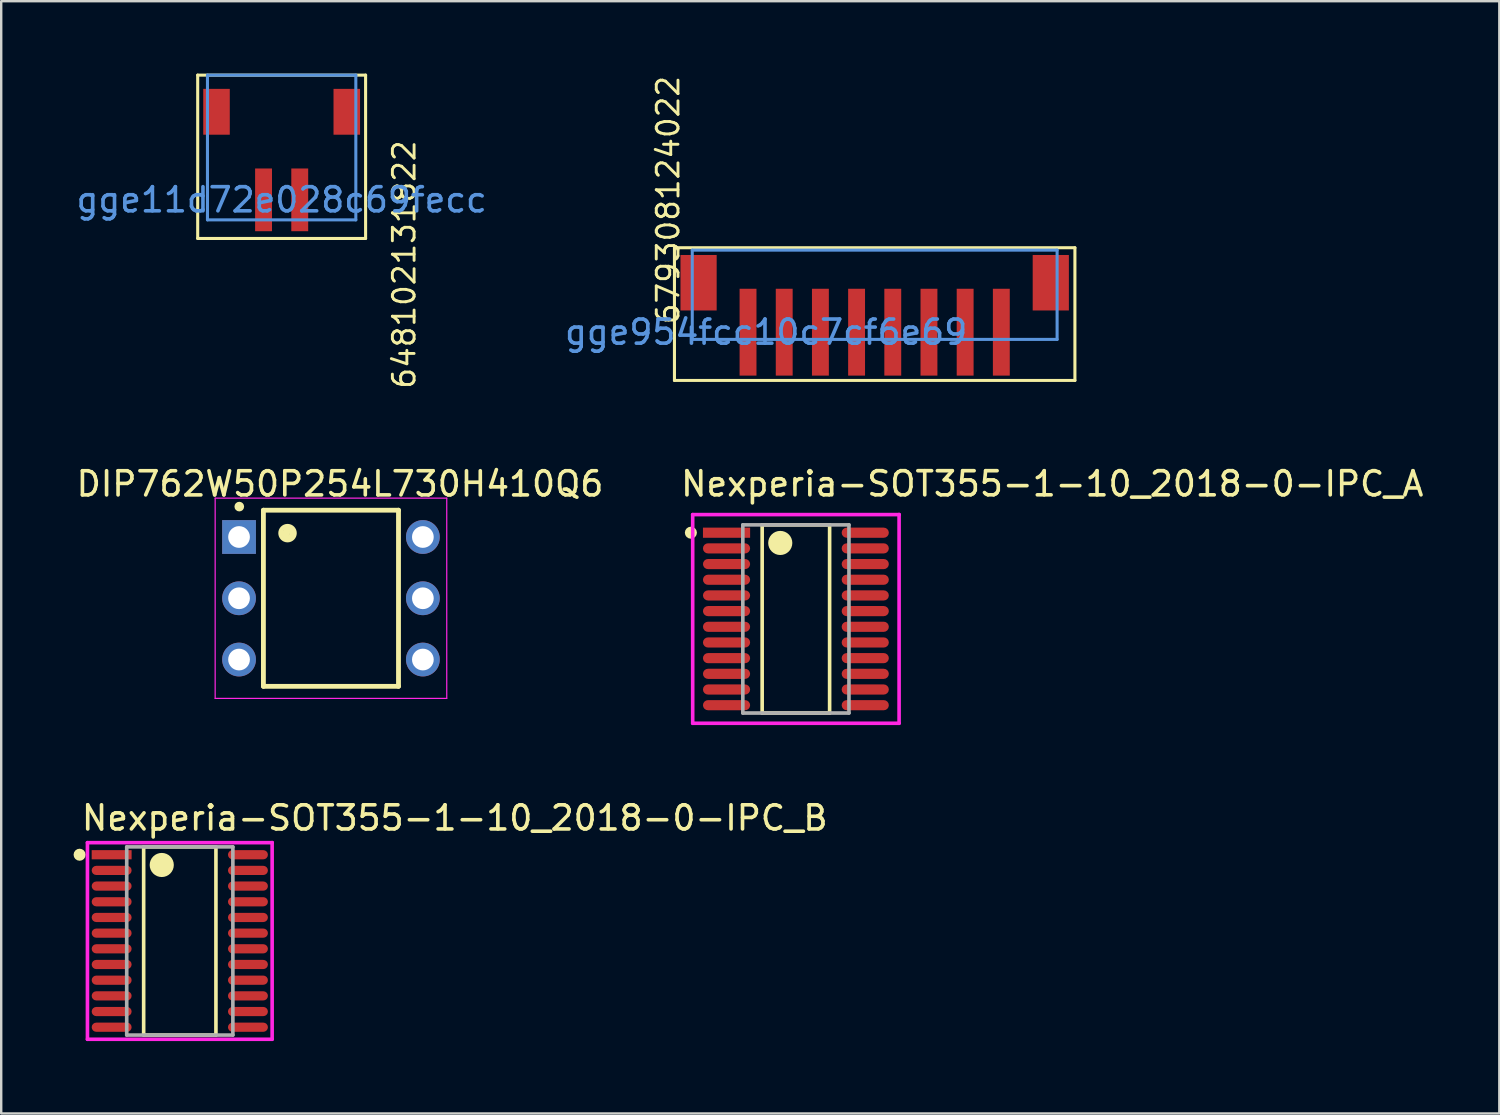
<source format=kicad_pcb>
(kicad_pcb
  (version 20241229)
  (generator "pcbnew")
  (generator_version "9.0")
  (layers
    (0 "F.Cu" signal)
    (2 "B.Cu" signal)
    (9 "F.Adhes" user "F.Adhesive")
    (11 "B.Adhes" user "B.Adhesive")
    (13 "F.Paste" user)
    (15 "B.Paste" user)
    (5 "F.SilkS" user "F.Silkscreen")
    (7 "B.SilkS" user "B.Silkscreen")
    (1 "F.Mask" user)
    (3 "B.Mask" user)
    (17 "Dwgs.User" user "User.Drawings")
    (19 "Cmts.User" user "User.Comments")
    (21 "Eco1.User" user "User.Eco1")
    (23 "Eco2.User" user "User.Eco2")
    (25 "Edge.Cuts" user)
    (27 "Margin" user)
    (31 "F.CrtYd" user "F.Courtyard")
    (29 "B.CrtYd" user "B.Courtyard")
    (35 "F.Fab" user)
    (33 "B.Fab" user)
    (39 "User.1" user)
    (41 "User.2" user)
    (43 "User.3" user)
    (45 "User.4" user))
  (footprint "Nexperia-SOT355-1-10_2018-0-IPC_B"
    (layer "F.Cu")
    (at 4.403 35.956)
    (property "Reference" "Nexperia-SOT355-1-10_2018-0-IPC_B" (at -4.153 -5.1 0) (layer "F.SilkS") (effects (font (size 1 1) (thickness 0.15)) (justify left)))
    (attr through_hole)
    (fp_line (start -1.498 -3.9) (end 1.498 -3.9) (stroke (width 0.15) (type solid)) (layer "F.SilkS"))
    (fp_line (start -1.498 3.9) (end -1.498 -3.9) (stroke (width 0.15) (type solid)) (layer "F.SilkS"))
    (fp_line (start 1.498 -3.9) (end 1.498 3.9) (stroke (width 0.15) (type solid)) (layer "F.SilkS"))
    (fp_line (start 1.498 3.9) (end -1.498 3.9) (stroke (width 0.15) (type solid)) (layer "F.SilkS"))
    (fp_circle (center -4.153 -3.575) (end -4.028 -3.575) (stroke (width 0.25) (type solid)) (fill no) (layer "F.SilkS"))
    (fp_circle (center -0.748 -3.15) (end -0.498 -3.15) (stroke (width 0.5) (type solid)) (fill no) (layer "F.SilkS"))
    (fp_line (start -3.828 -4.075) (end -3.828 4.075) (stroke (width 0.15) (type solid)) (layer "F.CrtYd"))
    (fp_line (start -3.828 4.075) (end 3.828 4.075) (stroke (width 0.15) (type solid)) (layer "F.CrtYd"))
    (fp_line (start 3.828 -4.075) (end -3.828 -4.075) (stroke (width 0.15) (type solid)) (layer "F.CrtYd"))
    (fp_line (start 3.828 -4.075) (end 3.828 -4.075) (stroke (width 0.15) (type solid)) (layer "F.CrtYd"))
    (fp_line (start 3.828 4.075) (end 3.828 -4.075) (stroke (width 0.15) (type solid)) (layer "F.CrtYd"))
    (fp_line (start -2.2 -3.9) (end 2.2 -3.9) (stroke (width 0.15) (type solid)) (layer "F.Fab"))
    (fp_line (start -2.2 3.9) (end -2.2 -3.9) (stroke (width 0.15) (type solid)) (layer "F.Fab"))
    (fp_line (start 2.2 -3.9) (end 2.2 3.9) (stroke (width 0.15) (type solid)) (layer "F.Fab"))
    (fp_line (start 2.2 3.9) (end -2.2 3.9) (stroke (width 0.15) (type solid)) (layer "F.Fab"))
    (pad "1" smd rect (at -2.825 -3.575) (size 1.655 0.381) (layers "F.Cu" "F.Mask" "F.Paste"))
    (pad "2" smd roundrect (at -2.825 -2.925) (size 1.655 0.381) (layers "F.Cu" "F.Mask" "F.Paste") (roundrect_rratio 0.5))
    (pad "3" smd roundrect (at -2.825 -2.275) (size 1.655 0.381) (layers "F.Cu" "F.Mask" "F.Paste") (roundrect_rratio 0.5))
    (pad "4" smd roundrect (at -2.825 -1.625) (size 1.655 0.381) (layers "F.Cu" "F.Mask" "F.Paste") (roundrect_rratio 0.5))
    (pad "5" smd roundrect (at -2.825 -0.975) (size 1.655 0.381) (layers "F.Cu" "F.Mask" "F.Paste") (roundrect_rratio 0.5))
    (pad "6" smd roundrect (at -2.825 -0.325) (size 1.655 0.381) (layers "F.Cu" "F.Mask" "F.Paste") (roundrect_rratio 0.5))
    (pad "7" smd roundrect (at -2.825 0.325) (size 1.655 0.381) (layers "F.Cu" "F.Mask" "F.Paste") (roundrect_rratio 0.5))
    (pad "8" smd roundrect (at -2.825 0.975) (size 1.655 0.381) (layers "F.Cu" "F.Mask" "F.Paste") (roundrect_rratio 0.5))
    (pad "9" smd roundrect (at -2.825 1.625) (size 1.655 0.381) (layers "F.Cu" "F.Mask" "F.Paste") (roundrect_rratio 0.5))
    (pad "10" smd roundrect (at -2.825 2.275) (size 1.655 0.381) (layers "F.Cu" "F.Mask" "F.Paste") (roundrect_rratio 0.5))
    (pad "11" smd roundrect (at -2.825 2.925) (size 1.655 0.381) (layers "F.Cu" "F.Mask" "F.Paste") (roundrect_rratio 0.5))
    (pad "12" smd roundrect (at -2.825 3.575) (size 1.655 0.381) (layers "F.Cu" "F.Mask" "F.Paste") (roundrect_rratio 0.5))
    (pad "13" smd roundrect (at 2.825 3.575) (size 1.655 0.381) (layers "F.Cu" "F.Mask" "F.Paste") (roundrect_rratio 0.5))
    (pad "14" smd roundrect (at 2.825 2.925) (size 1.655 0.381) (layers "F.Cu" "F.Mask" "F.Paste") (roundrect_rratio 0.5))
    (pad "15" smd roundrect (at 2.825 2.275) (size 1.655 0.381) (layers "F.Cu" "F.Mask" "F.Paste") (roundrect_rratio 0.5))
    (pad "16" smd roundrect (at 2.825 1.625) (size 1.655 0.381) (layers "F.Cu" "F.Mask" "F.Paste") (roundrect_rratio 0.5))
    (pad "17" smd roundrect (at 2.825 0.975) (size 1.655 0.381) (layers "F.Cu" "F.Mask" "F.Paste") (roundrect_rratio 0.5))
    (pad "18" smd roundrect (at 2.825 0.325) (size 1.655 0.381) (layers "F.Cu" "F.Mask" "F.Paste") (roundrect_rratio 0.5))
    (pad "19" smd roundrect (at 2.825 -0.325) (size 1.655 0.381) (layers "F.Cu" "F.Mask" "F.Paste") (roundrect_rratio 0.5))
    (pad "20" smd roundrect (at 2.825 -0.975) (size 1.655 0.381) (layers "F.Cu" "F.Mask" "F.Paste") (roundrect_rratio 0.5))
    (pad "21" smd roundrect (at 2.825 -1.625) (size 1.655 0.381) (layers "F.Cu" "F.Mask" "F.Paste") (roundrect_rratio 0.5))
    (pad "22" smd roundrect (at 2.825 -2.275) (size 1.655 0.381) (layers "F.Cu" "F.Mask" "F.Paste") (roundrect_rratio 0.5))
    (pad "23" smd roundrect (at 2.825 -2.925) (size 1.655 0.381) (layers "F.Cu" "F.Mask" "F.Paste") (roundrect_rratio 0.5))
    (pad "24" smd roundrect (at 2.825 -3.575) (size 1.655 0.381) (layers "F.Cu" "F.Mask" "F.Paste") (roundrect_rratio 0.5)))
  (footprint "679308124022"
    (layer "F.Cu")
    (at 28.708 10.72)
    (property "Reference" "679308124022" (at -4.064 -0.254 90) (layer "F.SilkS") (effects (font (size 0.9 0.9) (thickness 0.12)) (justify left)))
    (attr smd)
    (fp_line (start -3.8 -3.5) (end -3.8 2) (stroke (width 0.127) (type solid)) (layer "F.SilkS"))
    (fp_line (start -3.8 2) (end 12.8 2) (stroke (width 0.127) (type solid)) (layer "F.SilkS"))
    (fp_line (start 12.8 -3.5) (end -3.8 -3.5) (stroke (width 0.127) (type solid)) (layer "F.SilkS"))
    (fp_line (start 12.8 2) (end 12.8 -3.5) (stroke (width 0.127) (type solid)) (layer "F.SilkS"))
    (fp_line (start -3.062 -3.4) (end -3.062 0.3) (stroke (width 0.127) (type solid)) (layer "Cmts.User"))
    (fp_line (start -3.062 0.3) (end 12.062 0.3) (stroke (width 0.127) (type solid)) (layer "Cmts.User"))
    (fp_line (start 12.062 -3.4) (end -3.062 -3.4) (stroke (width 0.127) (type solid)) (layer "Cmts.User"))
    (fp_line (start 12.062 0.3) (end 12.062 -3.4) (stroke (width 0.127) (type solid)) (layer "Cmts.User"))
    (fp_text user "gge954fcc10c7cf6e69" (at 0 0 0) (layer "Cmts.User") (effects (font (size 1 1) (thickness 0.15))))
    (pad "1" smd rect (at -0.75 0) (size 0.7 3.6) (layers "F.Cu" "F.Mask" "F.Paste"))
    (pad "2" smd rect (at 0.75 0) (size 0.7 3.6) (layers "F.Cu" "F.Mask" "F.Paste"))
    (pad "3" smd rect (at 2.25 0) (size 0.7 3.6) (layers "F.Cu" "F.Mask" "F.Paste"))
    (pad "4" smd rect (at 3.75 0) (size 0.7 3.6) (layers "F.Cu" "F.Mask" "F.Paste"))
    (pad "5" smd rect (at 5.25 0) (size 0.7 3.6) (layers "F.Cu" "F.Mask" "F.Paste"))
    (pad "6" smd rect (at 6.75 0) (size 0.7 3.6) (layers "F.Cu" "F.Mask" "F.Paste"))
    (pad "7" smd rect (at 8.25 0) (size 0.7 3.6) (layers "F.Cu" "F.Mask" "F.Paste"))
    (pad "8" smd rect (at 9.75 0) (size 0.7 3.6) (layers "F.Cu" "F.Mask" "F.Paste"))
    (pad "Z1" smd rect (at -2.8 -2.05 90) (size 2.3 1.5) (layers "F.Cu" "F.Mask" "F.Paste"))
    (pad "Z2" smd rect (at 11.8 -2.05 90) (size 2.3 1.5) (layers "F.Cu" "F.Mask" "F.Paste")))
  (footprint "DIP762W50P254L730H410Q6"
    (layer "F.Cu")
    (at 10.669 21.75)
    (property "Reference" "DIP762W50P254L730H410Q6" (at 0.375 -4.741 0) (layer "F.SilkS") (effects (font (size 1.001 1.001) (thickness 0.15))))
    (attr through_hole)
    (fp_line (start -2.8 -3.65) (end 2.8 -3.65) (stroke (width 0.2) (type solid)) (layer "F.SilkS"))
    (fp_line (start -2.8 3.65) (end -2.8 -3.65) (stroke (width 0.2) (type solid)) (layer "F.SilkS"))
    (fp_line (start -2 -2.6) (end -1.8 -2.9) (stroke (width 0.2) (type solid)) (layer "F.SilkS"))
    (fp_line (start -2 -2.6) (end -1.8 -2.7) (stroke (width 0.2) (type solid)) (layer "F.SilkS"))
    (fp_line (start -1.8 -2.9) (end -1.6 -2.7) (stroke (width 0.2) (type solid)) (layer "F.SilkS"))
    (fp_line (start -1.7 -2.5) (end -2 -2.6) (stroke (width 0.2) (type solid)) (layer "F.SilkS"))
    (fp_line (start -1.6 -2.7) (end -1.7 -2.5) (stroke (width 0.2) (type solid)) (layer "F.SilkS"))
    (fp_line (start 2.8 -3.65) (end 2.8 3.65) (stroke (width 0.2) (type solid)) (layer "F.SilkS"))
    (fp_line (start 2.8 3.65) (end -2.8 3.65) (stroke (width 0.2) (type solid)) (layer "F.SilkS"))
    (fp_circle (center -3.8 -3.8) (end -3.7 -3.8) (stroke (width 0.2) (type solid)) (fill no) (layer "F.SilkS"))
    (fp_circle (center -1.8 -2.7) (end -1.517 -2.7) (stroke (width 0.2) (type solid)) (fill no) (layer "F.SilkS"))
    (fp_line (start -4.8 -4.15) (end 4.8 -4.15) (stroke (width 0.05) (type solid)) (layer "F.CrtYd"))
    (fp_line (start -4.8 4.15) (end -4.8 -4.15) (stroke (width 0.05) (type solid)) (layer "F.CrtYd"))
    (fp_line (start 4.8 -4.15) (end 4.8 4.15) (stroke (width 0.05) (type solid)) (layer "F.CrtYd"))
    (fp_line (start 4.8 4.15) (end -4.8 4.15) (stroke (width 0.05) (type solid)) (layer "F.CrtYd"))
    (pad "1" thru_hole rect (at -3.81 -2.54) (size 1.4 1.4) (drill 0.9) (layers "*.Cu" "*.Mask"))
    (pad "2" thru_hole circle (at -3.81 0) (size 1.4 1.4) (drill 0.9) (layers "*.Cu" "*.Mask"))
    (pad "3" thru_hole circle (at -3.81 2.54) (size 1.4 1.4) (drill 0.9) (layers "*.Cu" "*.Mask"))
    (pad "4" thru_hole circle (at 3.81 2.54) (size 1.4 1.4) (drill 0.9) (layers "*.Cu" "*.Mask"))
    (pad "5" thru_hole circle (at 3.81 0) (size 1.4 1.4) (drill 0.9) (layers "*.Cu" "*.Mask"))
    (pad "6" thru_hole circle (at 3.81 -2.54) (size 1.4 1.4) (drill 0.9) (layers "*.Cu" "*.Mask")))
  (footprint "648102131822"
    (layer "F.Cu")
    (at 8.625 5.234)
    (property "Reference" "648102131822" (at 5.08 -2.54 90) (layer "F.SilkS") (effects (font (size 0.9 0.9) (thickness 0.12)) (justify right)))
    (attr smd)
    (fp_line (start -3.48 -5.17) (end -3.48 1.6) (stroke (width 0.127) (type solid)) (layer "F.SilkS"))
    (fp_line (start -3.48 1.6) (end 3.48 1.6) (stroke (width 0.127) (type solid)) (layer "F.SilkS"))
    (fp_line (start 3.48 -5.17) (end -3.48 -5.17) (stroke (width 0.127) (type solid)) (layer "F.SilkS"))
    (fp_line (start 3.48 1.6) (end 3.48 -5.17) (stroke (width 0.127) (type solid)) (layer "F.SilkS"))
    (fp_line (start -3.075 -5.17) (end -3.075 0.83) (stroke (width 0.127) (type solid)) (layer "Cmts.User"))
    (fp_line (start -3.075 0.83) (end 3.075 0.83) (stroke (width 0.127) (type solid)) (layer "Cmts.User"))
    (fp_line (start 3.075 -5.17) (end -3.075 -5.17) (stroke (width 0.127) (type solid)) (layer "Cmts.User"))
    (fp_line (start 3.075 0.83) (end 3.075 -5.17) (stroke (width 0.127) (type solid)) (layer "Cmts.User"))
    (fp_text user "gge11d72e028c69fecc" (at 0 0 0) (layer "Cmts.User") (effects (font (size 1 1) (thickness 0.15))))
    (pad "1" smd rect (at 0.75 0 180) (size 0.7 2.6) (layers "F.Cu" "F.Mask" "F.Paste"))
    (pad "2" smd rect (at -0.75 0 180) (size 0.7 2.6) (layers "F.Cu" "F.Mask" "F.Paste"))
    (pad "Z1" smd rect (at -2.7 -3.65 180) (size 1.1 1.9) (layers "F.Cu" "F.Mask" "F.Paste"))
    (pad "Z2" smd rect (at 2.7 -3.65 180) (size 1.1 1.9) (layers "F.Cu" "F.Mask" "F.Paste")))
  (footprint "Nexperia-SOT355-1-10_2018-0-IPC_A"
    (layer "F.Cu")
    (at 29.942 22.607)
    (property "Reference" "Nexperia-SOT355-1-10_2018-0-IPC_A" (at -4.853 -5.6 0) (layer "F.SilkS") (effects (font (size 1 1) (thickness 0.15)) (justify left)))
    (attr through_hole)
    (fp_line (start -1.398 -3.9) (end 1.398 -3.9) (stroke (width 0.15) (type solid)) (layer "F.SilkS"))
    (fp_line (start -1.398 3.9) (end -1.398 -3.9) (stroke (width 0.15) (type solid)) (layer "F.SilkS"))
    (fp_line (start 1.398 -3.9) (end 1.398 3.9) (stroke (width 0.15) (type solid)) (layer "F.SilkS"))
    (fp_line (start 1.398 3.9) (end -1.398 3.9) (stroke (width 0.15) (type solid)) (layer "F.SilkS"))
    (fp_circle (center -4.353 -3.575) (end -4.228 -3.575) (stroke (width 0.25) (type solid)) (fill no) (layer "F.SilkS"))
    (fp_circle (center -0.648 -3.15) (end -0.398 -3.15) (stroke (width 0.5) (type solid)) (fill no) (layer "F.SilkS"))
    (fp_line (start -4.278 -4.325) (end -4.278 4.325) (stroke (width 0.15) (type solid)) (layer "F.CrtYd"))
    (fp_line (start -4.278 4.325) (end 4.278 4.325) (stroke (width 0.15) (type solid)) (layer "F.CrtYd"))
    (fp_line (start 4.278 -4.325) (end -4.278 -4.325) (stroke (width 0.15) (type solid)) (layer "F.CrtYd"))
    (fp_line (start 4.278 -4.325) (end 4.278 -4.325) (stroke (width 0.15) (type solid)) (layer "F.CrtYd"))
    (fp_line (start 4.278 4.325) (end 4.278 -4.325) (stroke (width 0.15) (type solid)) (layer "F.CrtYd"))
    (fp_line (start -2.2 -3.9) (end 2.2 -3.9) (stroke (width 0.15) (type solid)) (layer "F.Fab"))
    (fp_line (start -2.2 3.9) (end -2.2 -3.9) (stroke (width 0.15) (type solid)) (layer "F.Fab"))
    (fp_line (start 2.2 -3.9) (end 2.2 3.9) (stroke (width 0.15) (type solid)) (layer "F.Fab"))
    (fp_line (start 2.2 3.9) (end -2.2 3.9) (stroke (width 0.15) (type solid)) (layer "F.Fab"))
    (pad "1" smd rect (at -2.875 -3.575) (size 1.955 0.421) (layers "F.Cu" "F.Mask" "F.Paste"))
    (pad "2" smd roundrect (at -2.875 -2.925) (size 1.955 0.421) (layers "F.Cu" "F.Mask" "F.Paste") (roundrect_rratio 0.5))
    (pad "3" smd roundrect (at -2.875 -2.275) (size 1.955 0.421) (layers "F.Cu" "F.Mask" "F.Paste") (roundrect_rratio 0.5))
    (pad "4" smd roundrect (at -2.875 -1.625) (size 1.955 0.421) (layers "F.Cu" "F.Mask" "F.Paste") (roundrect_rratio 0.5))
    (pad "5" smd roundrect (at -2.875 -0.975) (size 1.955 0.421) (layers "F.Cu" "F.Mask" "F.Paste") (roundrect_rratio 0.5))
    (pad "6" smd roundrect (at -2.875 -0.325) (size 1.955 0.421) (layers "F.Cu" "F.Mask" "F.Paste") (roundrect_rratio 0.5))
    (pad "7" smd roundrect (at -2.875 0.325) (size 1.955 0.421) (layers "F.Cu" "F.Mask" "F.Paste") (roundrect_rratio 0.5))
    (pad "8" smd roundrect (at -2.875 0.975) (size 1.955 0.421) (layers "F.Cu" "F.Mask" "F.Paste") (roundrect_rratio 0.5))
    (pad "9" smd roundrect (at -2.875 1.625) (size 1.955 0.421) (layers "F.Cu" "F.Mask" "F.Paste") (roundrect_rratio 0.5))
    (pad "10" smd roundrect (at -2.875 2.275) (size 1.955 0.421) (layers "F.Cu" "F.Mask" "F.Paste") (roundrect_rratio 0.5))
    (pad "11" smd roundrect (at -2.875 2.925) (size 1.955 0.421) (layers "F.Cu" "F.Mask" "F.Paste") (roundrect_rratio 0.5))
    (pad "12" smd roundrect (at -2.875 3.575) (size 1.955 0.421) (layers "F.Cu" "F.Mask" "F.Paste") (roundrect_rratio 0.5))
    (pad "13" smd roundrect (at 2.875 3.575) (size 1.955 0.421) (layers "F.Cu" "F.Mask" "F.Paste") (roundrect_rratio 0.5))
    (pad "14" smd roundrect (at 2.875 2.925) (size 1.955 0.421) (layers "F.Cu" "F.Mask" "F.Paste") (roundrect_rratio 0.5))
    (pad "15" smd roundrect (at 2.875 2.275) (size 1.955 0.421) (layers "F.Cu" "F.Mask" "F.Paste") (roundrect_rratio 0.5))
    (pad "16" smd roundrect (at 2.875 1.625) (size 1.955 0.421) (layers "F.Cu" "F.Mask" "F.Paste") (roundrect_rratio 0.5))
    (pad "17" smd roundrect (at 2.875 0.975) (size 1.955 0.421) (layers "F.Cu" "F.Mask" "F.Paste") (roundrect_rratio 0.5))
    (pad "18" smd roundrect (at 2.875 0.325) (size 1.955 0.421) (layers "F.Cu" "F.Mask" "F.Paste") (roundrect_rratio 0.5))
    (pad "19" smd roundrect (at 2.875 -0.325) (size 1.955 0.421) (layers "F.Cu" "F.Mask" "F.Paste") (roundrect_rratio 0.5))
    (pad "20" smd roundrect (at 2.875 -0.975) (size 1.955 0.421) (layers "F.Cu" "F.Mask" "F.Paste") (roundrect_rratio 0.5))
    (pad "21" smd roundrect (at 2.875 -1.625) (size 1.955 0.421) (layers "F.Cu" "F.Mask" "F.Paste") (roundrect_rratio 0.5))
    (pad "22" smd roundrect (at 2.875 -2.275) (size 1.955 0.421) (layers "F.Cu" "F.Mask" "F.Paste") (roundrect_rratio 0.5))
    (pad "23" smd roundrect (at 2.875 -2.925) (size 1.955 0.421) (layers "F.Cu" "F.Mask" "F.Paste") (roundrect_rratio 0.5))
    (pad "24" smd roundrect (at 2.875 -3.575) (size 1.955 0.421) (layers "F.Cu" "F.Mask" "F.Paste") (roundrect_rratio 0.5)))
  (gr_rect
    (start -3 -3)
    (end 59.101 43.106)
    (stroke (width 0.1) (type default))
    (fill no)
    (layer "Edge.Cuts")))
</source>
